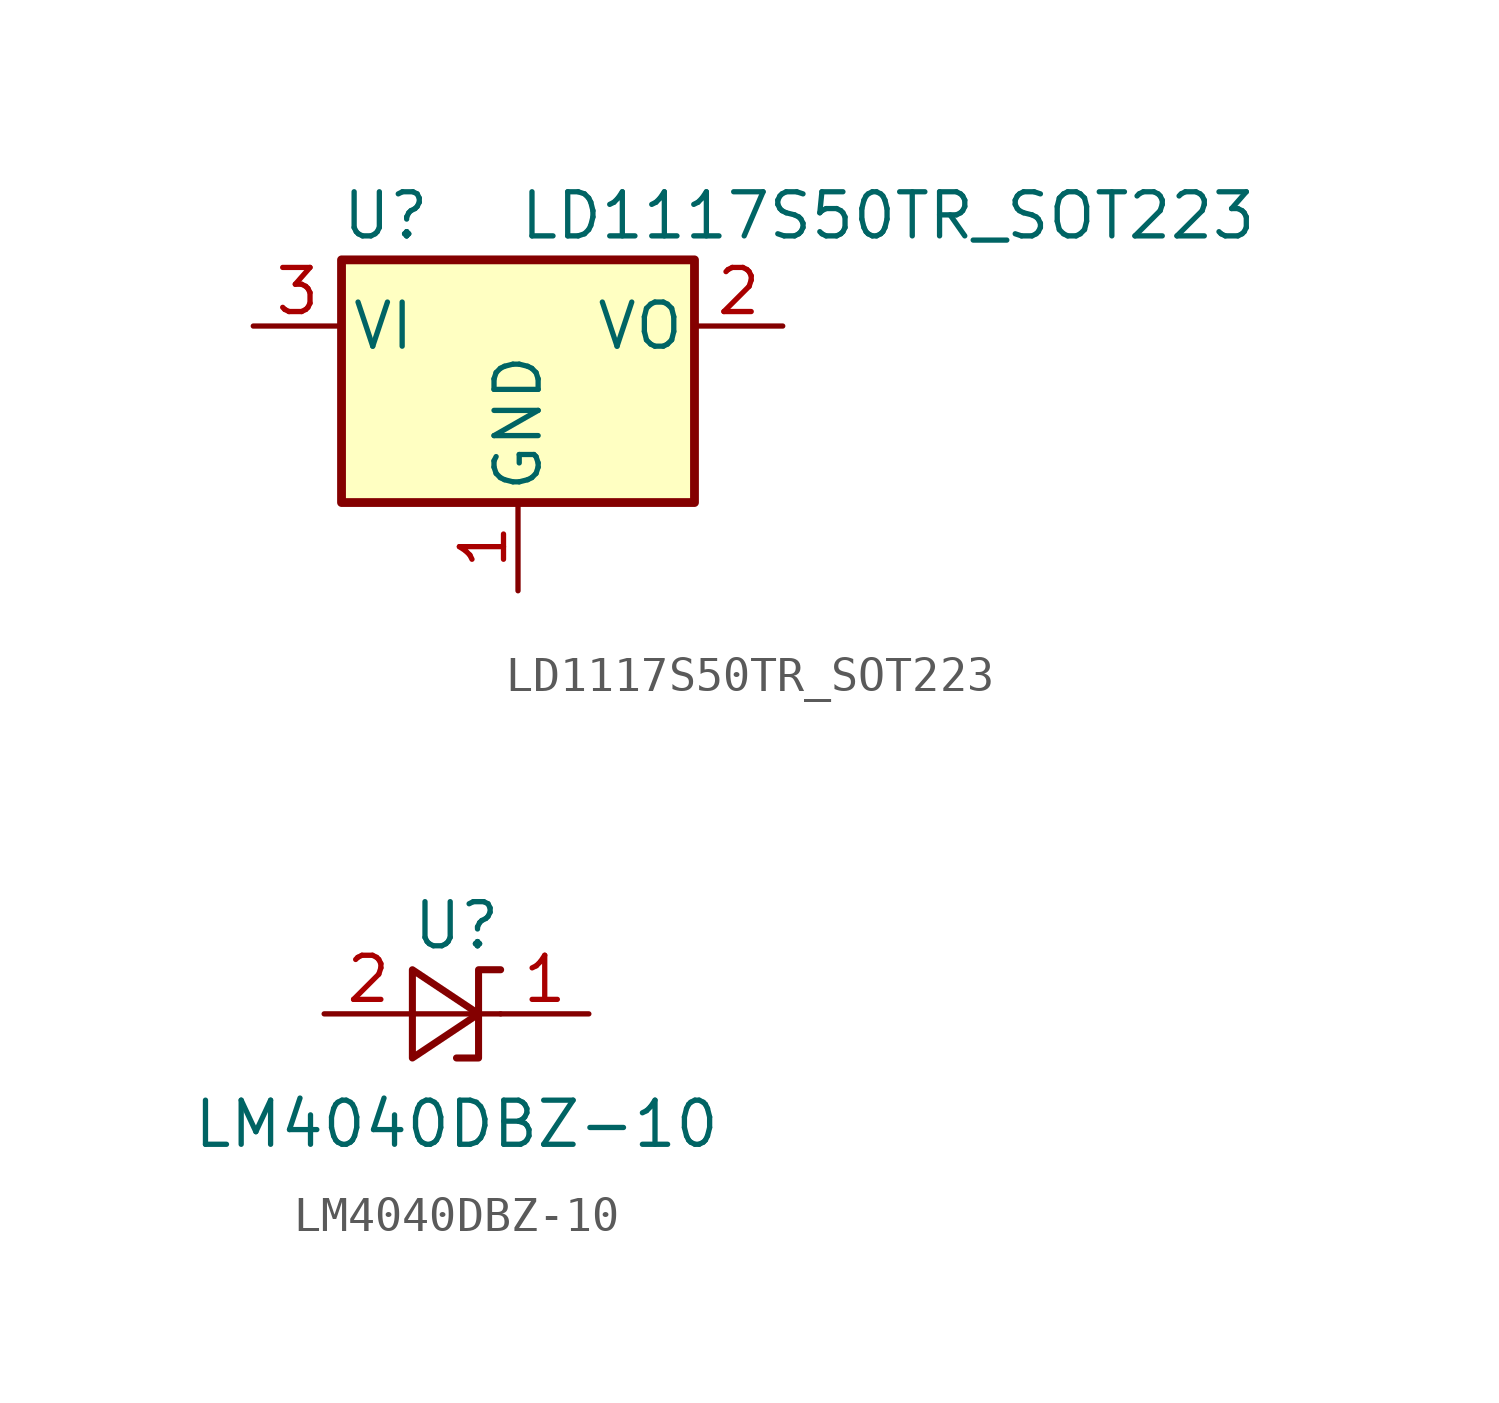
<source format=kicad_sym>
(kicad_symbol_lib
  (version 20231120)
  (generator "kicad_symbol_editor")
  (generator_version "8.0")
  (symbol "LD1117S50TR_SOT223"
    (pin_names
      (offset 0.254))
    (property "Reference" "U"
      (at -3.81 3.175 0)
      (effects (font (size 1.27 1.27))))
    (property "Value" "LD1117S50TR_SOT223"
      (at 0 3.175 0)
      (effects (font (size 1.27 1.27)) (justify left)))
    (symbol "LD1117S50TR_SOT223_0_1"
      (rectangle (start -5.08 -5.08) (end 5.08 1.905) (stroke (width 0.254) (type default)) (fill (type background))))
    (symbol "LD1117S50TR_SOT223_1_1"
      (pin power_in line (at 0 -7.62 90) (length 2.54) (name "GND" (effects (font (size 1.27 1.27)))) (number "1" (effects (font (size 1.27 1.27)))))
      (pin power_out line (at 7.62 0 180) (length 2.54) (name "VO" (effects (font (size 1.27 1.27)))) (number "2" (effects (font (size 1.27 1.27)))))
      (pin power_in line (at -7.62 0 0) (length 2.54) (name "VI" (effects (font (size 1.27 1.27)))) (number "3" (effects (font (size 1.27 1.27)))))))
  (symbol "LM4040DBZ-10"
    (pin_names
      (offset 0.025) hide)
    (property "Reference" "U"
      (at 0 2.54 0)
      (effects (font (size 1.27 1.27))))
    (property "Value" "LM4040DBZ-10"
      (at 0 -3.175 0)
      (effects (font (size 1.27 1.27))))
    (symbol "LM4040DBZ-10_0_1"
      (polyline (pts (xy -1.27 0) (xy 0 0) (xy 1.27 0)) (stroke (width 0) (type default)) (fill (type none)))
      (polyline (pts (xy -1.27 -1.27) (xy 0.635 0) (xy -1.27 1.27) (xy -1.27 -1.27)) (stroke (width 0.203) (type default)) (fill (type none)))
      (polyline (pts (xy 0 -1.27) (xy 0.635 -1.27) (xy 0.635 1.27) (xy 1.27 1.27)) (stroke (width 0.203) (type default)) (fill (type none))))
    (symbol "LM4040DBZ-10_1_1"
      (pin passive line (at 3.81 0 180) (length 2.54) (name "K" (effects (font (size 1.27 1.27)))) (number "1" (effects (font (size 1.27 1.27)))))
      (pin passive line (at -3.81 0 0) (length 2.54) (name "A" (effects (font (size 1.27 1.27)))) (number "2" (effects (font (size 1.27 1.27)))))
      (pin no_connect line (at -1.27 0 0) (length 2.54) hide (name "NC" (effects (font (size 1.27 1.27)))) (number "3" (effects (font (size 1.27 1.27))))))))
</source>
